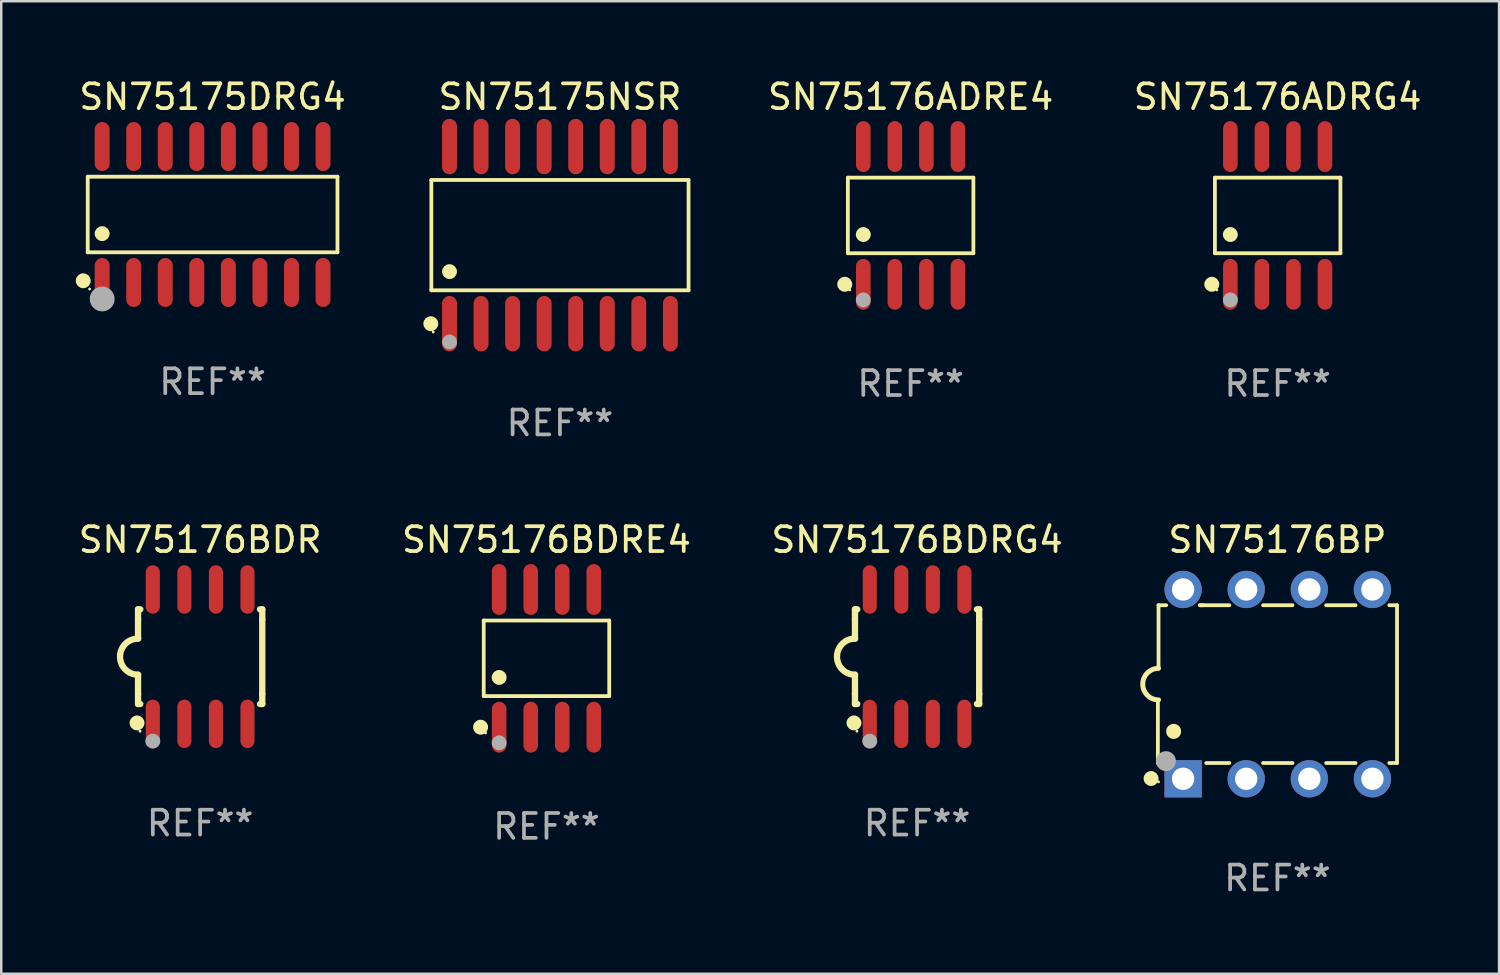
<source format=kicad_pcb>
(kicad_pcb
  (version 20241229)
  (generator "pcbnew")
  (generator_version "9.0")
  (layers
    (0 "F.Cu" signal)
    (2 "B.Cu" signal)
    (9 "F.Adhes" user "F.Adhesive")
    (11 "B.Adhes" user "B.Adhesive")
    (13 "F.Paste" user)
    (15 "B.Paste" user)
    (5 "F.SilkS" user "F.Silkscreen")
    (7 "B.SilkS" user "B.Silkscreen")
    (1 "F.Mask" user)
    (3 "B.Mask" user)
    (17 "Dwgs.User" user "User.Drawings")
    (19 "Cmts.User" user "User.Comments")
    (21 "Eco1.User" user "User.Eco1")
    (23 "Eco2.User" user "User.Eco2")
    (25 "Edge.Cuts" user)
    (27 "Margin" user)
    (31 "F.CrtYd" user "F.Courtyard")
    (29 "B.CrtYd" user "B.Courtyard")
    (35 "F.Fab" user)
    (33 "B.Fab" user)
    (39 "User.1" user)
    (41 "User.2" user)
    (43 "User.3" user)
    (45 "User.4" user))
  (footprint "SN75176BDRG4"
    (layer "F.Cu")
    (at 33.863 23.381)
    (property "Reference" "SN75176BDRG4" (at 0 -4.705 0) (layer "F.SilkS") (effects (font (size 1 1) (thickness 0.15))))
    (attr through_hole)
    (fp_line (start -2.5 -1.905) (end -2.409 -1.905) (stroke (width 0.254) (type solid)) (layer "F.SilkS"))
    (fp_line (start -2.5 -1.5) (end -2.5 -1.905) (stroke (width 0.254) (type solid)) (layer "F.SilkS"))
    (fp_line (start -2.5 -1.5) (end -2.5 -0.726) (stroke (width 0.254) (type solid)) (layer "F.SilkS"))
    (fp_line (start -2.5 1.5) (end -2.5 0.727) (stroke (width 0.254) (type solid)) (layer "F.SilkS"))
    (fp_line (start -2.5 1.5) (end -2.5 1.905) (stroke (width 0.254) (type solid)) (layer "F.SilkS"))
    (fp_line (start -2.5 1.905) (end -2.409 1.905) (stroke (width 0.254) (type solid)) (layer "F.SilkS"))
    (fp_line (start 2.5 -1.905) (end 2.409 -1.905) (stroke (width 0.254) (type solid)) (layer "F.SilkS"))
    (fp_line (start 2.5 -1.5) (end 2.5 -1.905) (stroke (width 0.254) (type solid)) (layer "F.SilkS"))
    (fp_line (start 2.5 -1.5) (end 2.5 1.5) (stroke (width 0.254) (type solid)) (layer "F.SilkS"))
    (fp_line (start 2.5 1.5) (end 2.5 1.905) (stroke (width 0.254) (type solid)) (layer "F.SilkS"))
    (fp_line (start 2.5 1.905) (end 2.409 1.905) (stroke (width 0.254) (type solid)) (layer "F.SilkS"))
    (fp_arc (start -2.5 0.726568) (mid -3.220316 -0.0023) (end -2.495097 -0.726289) (stroke (width 0.254001) (type solid)) (layer "F.SilkS"))
    (fp_circle (center -2.54 2.667) (end -2.39 2.667) (stroke (width 0.3) (type solid)) (fill no) (layer "F.SilkS"))
    (fp_circle (center -2.42 3) (end -2.39 3) (stroke (width 0.06) (type solid)) (fill no) (layer "F.SilkS"))
    (fp_circle (center -1.905 3.4) (end -1.755 3.4) (stroke (width 0.3) (type solid)) (fill no) (layer "F.Fab"))
    (fp_text user "REF**" (at 0 6.705 0) (layer "F.Fab") (effects (font (size 1 1) (thickness 0.15))))
    (pad "1" smd oval (at -1.905 2.705) (size 0.568 1.95) (layers "F.Cu" "F.Mask" "F.Paste"))
    (pad "2" smd oval (at -0.635 2.705) (size 0.568 1.95) (layers "F.Cu" "F.Mask" "F.Paste"))
    (pad "3" smd oval (at 0.635 2.705) (size 0.568 1.95) (layers "F.Cu" "F.Mask" "F.Paste"))
    (pad "4" smd oval (at 1.905 2.705) (size 0.568 1.95) (layers "F.Cu" "F.Mask" "F.Paste"))
    (pad "5" smd oval (at 1.905 -2.705) (size 0.568 1.95) (layers "F.Cu" "F.Mask" "F.Paste"))
    (pad "6" smd oval (at 0.635 -2.705) (size 0.568 1.95) (layers "F.Cu" "F.Mask" "F.Paste"))
    (pad "7" smd oval (at -0.635 -2.705) (size 0.568 1.95) (layers "F.Cu" "F.Mask" "F.Paste"))
    (pad "8" smd oval (at -1.905 -2.705) (size 0.568 1.95) (layers "F.Cu" "F.Mask" "F.Paste")))
  (footprint "SN75176ADRG4"
    (layer "F.Cu")
    (at 48.377 5.621)
    (property "Reference" "SN75176ADRG4" (at 0 -4.772 0) (layer "F.SilkS") (effects (font (size 1 1) (thickness 0.15))))
    (attr through_hole)
    (fp_line (start -2.526 -1.521) (end 2.526 -1.521) (stroke (width 0.152) (type solid)) (layer "F.SilkS"))
    (fp_line (start -2.526 1.521) (end -2.526 -1.521) (stroke (width 0.152) (type solid)) (layer "F.SilkS"))
    (fp_line (start 2.526 -1.521) (end 2.526 1.521) (stroke (width 0.152) (type solid)) (layer "F.SilkS"))
    (fp_line (start 2.526 1.521) (end -2.526 1.521) (stroke (width 0.152) (type solid)) (layer "F.SilkS"))
    (fp_circle (center -2.652 2.772) (end -2.501 2.772) (stroke (width 0.3) (type solid)) (fill no) (layer "F.SilkS"))
    (fp_circle (center -2.45 3) (end -2.42 3) (stroke (width 0.06) (type solid)) (fill no) (layer "F.SilkS"))
    (fp_circle (center -1.905 0.769) (end -1.755 0.769) (stroke (width 0.3) (type solid)) (fill no) (layer "F.SilkS"))
    (fp_circle (center -1.905 3.4) (end -1.755 3.4) (stroke (width 0.3) (type solid)) (fill no) (layer "F.Fab"))
    (fp_text user "REF**" (at 0 6.772 0) (layer "F.Fab") (effects (font (size 1 1) (thickness 0.15))))
    (pad "1" smd oval (at -1.905 2.772) (size 0.588 2.045) (layers "F.Cu" "F.Mask" "F.Paste"))
    (pad "2" smd oval (at -0.635 2.772) (size 0.588 2.045) (layers "F.Cu" "F.Mask" "F.Paste"))
    (pad "3" smd oval (at 0.635 2.772) (size 0.588 2.045) (layers "F.Cu" "F.Mask" "F.Paste"))
    (pad "4" smd oval (at 1.905 2.772) (size 0.588 2.045) (layers "F.Cu" "F.Mask" "F.Paste"))
    (pad "5" smd oval (at 1.905 -2.772) (size 0.588 2.045) (layers "F.Cu" "F.Mask" "F.Paste"))
    (pad "6" smd oval (at 0.635 -2.772) (size 0.588 2.045) (layers "F.Cu" "F.Mask" "F.Paste"))
    (pad "7" smd oval (at -0.635 -2.772) (size 0.588 2.045) (layers "F.Cu" "F.Mask" "F.Paste"))
    (pad "8" smd oval (at -1.905 -2.772) (size 0.588 2.045) (layers "F.Cu" "F.Mask" "F.Paste")))
  (footprint "SN75176BDR"
    (layer "F.Cu")
    (at 5.006 23.381)
    (property "Reference" "SN75176BDR" (at 0 -4.705 0) (layer "F.SilkS") (effects (font (size 1 1) (thickness 0.15))))
    (attr through_hole)
    (fp_line (start -2.5 -1.905) (end -2.409 -1.905) (stroke (width 0.254) (type solid)) (layer "F.SilkS"))
    (fp_line (start -2.5 -1.5) (end -2.5 -1.905) (stroke (width 0.254) (type solid)) (layer "F.SilkS"))
    (fp_line (start -2.5 -1.5) (end -2.5 -0.726) (stroke (width 0.254) (type solid)) (layer "F.SilkS"))
    (fp_line (start -2.5 1.5) (end -2.5 0.727) (stroke (width 0.254) (type solid)) (layer "F.SilkS"))
    (fp_line (start -2.5 1.5) (end -2.5 1.905) (stroke (width 0.254) (type solid)) (layer "F.SilkS"))
    (fp_line (start -2.5 1.905) (end -2.409 1.905) (stroke (width 0.254) (type solid)) (layer "F.SilkS"))
    (fp_line (start 2.5 -1.905) (end 2.409 -1.905) (stroke (width 0.254) (type solid)) (layer "F.SilkS"))
    (fp_line (start 2.5 -1.5) (end 2.5 -1.905) (stroke (width 0.254) (type solid)) (layer "F.SilkS"))
    (fp_line (start 2.5 -1.5) (end 2.5 1.5) (stroke (width 0.254) (type solid)) (layer "F.SilkS"))
    (fp_line (start 2.5 1.5) (end 2.5 1.905) (stroke (width 0.254) (type solid)) (layer "F.SilkS"))
    (fp_line (start 2.5 1.905) (end 2.409 1.905) (stroke (width 0.254) (type solid)) (layer "F.SilkS"))
    (fp_arc (start -2.5 0.726568) (mid -3.220316 -0.0023) (end -2.495097 -0.726289) (stroke (width 0.254001) (type solid)) (layer "F.SilkS"))
    (fp_circle (center -2.54 2.667) (end -2.39 2.667) (stroke (width 0.3) (type solid)) (fill no) (layer "F.SilkS"))
    (fp_circle (center -2.42 3) (end -2.39 3) (stroke (width 0.06) (type solid)) (fill no) (layer "F.SilkS"))
    (fp_circle (center -1.905 3.4) (end -1.755 3.4) (stroke (width 0.3) (type solid)) (fill no) (layer "F.Fab"))
    (fp_text user "REF**" (at 0 6.705 0) (layer "F.Fab") (effects (font (size 1 1) (thickness 0.15))))
    (pad "1" smd oval (at -1.905 2.705) (size 0.568 1.95) (layers "F.Cu" "F.Mask" "F.Paste"))
    (pad "2" smd oval (at -0.635 2.705) (size 0.568 1.95) (layers "F.Cu" "F.Mask" "F.Paste"))
    (pad "3" smd oval (at 0.635 2.705) (size 0.568 1.95) (layers "F.Cu" "F.Mask" "F.Paste"))
    (pad "4" smd oval (at 1.905 2.705) (size 0.568 1.95) (layers "F.Cu" "F.Mask" "F.Paste"))
    (pad "5" smd oval (at 1.905 -2.705) (size 0.568 1.95) (layers "F.Cu" "F.Mask" "F.Paste"))
    (pad "6" smd oval (at 0.635 -2.705) (size 0.568 1.95) (layers "F.Cu" "F.Mask" "F.Paste"))
    (pad "7" smd oval (at -0.635 -2.705) (size 0.568 1.95) (layers "F.Cu" "F.Mask" "F.Paste"))
    (pad "8" smd oval (at -1.905 -2.705) (size 0.568 1.95) (layers "F.Cu" "F.Mask" "F.Paste")))
  (footprint "SN75175DRG4"
    (layer "F.Cu")
    (at 5.507 5.584)
    (property "Reference" "SN75175DRG4" (at 0 -4.736 0) (layer "F.SilkS") (effects (font (size 1 1) (thickness 0.15))))
    (attr through_hole)
    (fp_line (start -5.026 -1.521) (end 5.026 -1.521) (stroke (width 0.152) (type solid)) (layer "F.SilkS"))
    (fp_line (start -5.026 1.521) (end -5.026 -1.521) (stroke (width 0.152) (type solid)) (layer "F.SilkS"))
    (fp_line (start 5.026 -1.521) (end 5.026 1.521) (stroke (width 0.152) (type solid)) (layer "F.SilkS"))
    (fp_line (start 5.026 1.521) (end -5.026 1.521) (stroke (width 0.152) (type solid)) (layer "F.SilkS"))
    (fp_circle (center -5.207 2.667) (end -5.057 2.667) (stroke (width 0.3) (type solid)) (fill no) (layer "F.SilkS"))
    (fp_circle (center -4.95 3) (end -4.92 3) (stroke (width 0.06) (type solid)) (fill no) (layer "F.SilkS"))
    (fp_circle (center -4.445 0.769) (end -4.295 0.769) (stroke (width 0.3) (type solid)) (fill no) (layer "F.SilkS"))
    (fp_circle (center -4.445 3.4) (end -4.195 3.4) (stroke (width 0.5) (type solid)) (fill no) (layer "F.Fab"))
    (fp_text user "REF**" (at 0 6.736 0) (layer "F.Fab") (effects (font (size 1 1) (thickness 0.15))))
    (pad "1" smd oval (at -4.445 2.736) (size 0.602 1.971) (layers "F.Cu" "F.Mask" "F.Paste"))
    (pad "2" smd oval (at -3.175 2.736) (size 0.602 1.971) (layers "F.Cu" "F.Mask" "F.Paste"))
    (pad "3" smd oval (at -1.905 2.736) (size 0.602 1.971) (layers "F.Cu" "F.Mask" "F.Paste"))
    (pad "4" smd oval (at -0.635 2.736) (size 0.602 1.971) (layers "F.Cu" "F.Mask" "F.Paste"))
    (pad "5" smd oval (at 0.635 2.736) (size 0.602 1.971) (layers "F.Cu" "F.Mask" "F.Paste"))
    (pad "6" smd oval (at 1.905 2.736) (size 0.602 1.971) (layers "F.Cu" "F.Mask" "F.Paste"))
    (pad "7" smd oval (at 3.175 2.736) (size 0.602 1.971) (layers "F.Cu" "F.Mask" "F.Paste"))
    (pad "8" smd oval (at 4.445 2.736) (size 0.602 1.971) (layers "F.Cu" "F.Mask" "F.Paste"))
    (pad "9" smd oval (at 4.445 -2.736) (size 0.602 1.971) (layers "F.Cu" "F.Mask" "F.Paste"))
    (pad "10" smd oval (at 3.175 -2.736) (size 0.602 1.971) (layers "F.Cu" "F.Mask" "F.Paste"))
    (pad "11" smd oval (at 1.905 -2.736) (size 0.602 1.971) (layers "F.Cu" "F.Mask" "F.Paste"))
    (pad "12" smd oval (at 0.635 -2.736) (size 0.602 1.971) (layers "F.Cu" "F.Mask" "F.Paste"))
    (pad "13" smd oval (at -0.635 -2.736) (size 0.602 1.971) (layers "F.Cu" "F.Mask" "F.Paste"))
    (pad "14" smd oval (at -1.905 -2.736) (size 0.602 1.971) (layers "F.Cu" "F.Mask" "F.Paste"))
    (pad "15" smd oval (at -3.175 -2.736) (size 0.602 1.971) (layers "F.Cu" "F.Mask" "F.Paste"))
    (pad "16" smd oval (at -4.445 -2.736) (size 0.602 1.971) (layers "F.Cu" "F.Mask" "F.Paste")))
  (footprint "SN75176BDRE4"
    (layer "F.Cu")
    (at 18.946 23.448)
    (property "Reference" "SN75176BDRE4" (at 0 -4.772 0) (layer "F.SilkS") (effects (font (size 1 1) (thickness 0.15))))
    (attr through_hole)
    (fp_line (start -2.526 -1.521) (end 2.526 -1.521) (stroke (width 0.152) (type solid)) (layer "F.SilkS"))
    (fp_line (start -2.526 1.521) (end -2.526 -1.521) (stroke (width 0.152) (type solid)) (layer "F.SilkS"))
    (fp_line (start 2.526 -1.521) (end 2.526 1.521) (stroke (width 0.152) (type solid)) (layer "F.SilkS"))
    (fp_line (start 2.526 1.521) (end -2.526 1.521) (stroke (width 0.152) (type solid)) (layer "F.SilkS"))
    (fp_circle (center -2.652 2.772) (end -2.501 2.772) (stroke (width 0.3) (type solid)) (fill no) (layer "F.SilkS"))
    (fp_circle (center -2.45 3) (end -2.42 3) (stroke (width 0.06) (type solid)) (fill no) (layer "F.SilkS"))
    (fp_circle (center -1.905 0.769) (end -1.755 0.769) (stroke (width 0.3) (type solid)) (fill no) (layer "F.SilkS"))
    (fp_circle (center -1.905 3.4) (end -1.755 3.4) (stroke (width 0.3) (type solid)) (fill no) (layer "F.Fab"))
    (fp_text user "REF**" (at 0 6.772 0) (layer "F.Fab") (effects (font (size 1 1) (thickness 0.15))))
    (pad "1" smd oval (at -1.905 2.772) (size 0.588 2.045) (layers "F.Cu" "F.Mask" "F.Paste"))
    (pad "2" smd oval (at -0.635 2.772) (size 0.588 2.045) (layers "F.Cu" "F.Mask" "F.Paste"))
    (pad "3" smd oval (at 0.635 2.772) (size 0.588 2.045) (layers "F.Cu" "F.Mask" "F.Paste"))
    (pad "4" smd oval (at 1.905 2.772) (size 0.588 2.045) (layers "F.Cu" "F.Mask" "F.Paste"))
    (pad "5" smd oval (at 1.905 -2.772) (size 0.588 2.045) (layers "F.Cu" "F.Mask" "F.Paste"))
    (pad "6" smd oval (at 0.635 -2.772) (size 0.588 2.045) (layers "F.Cu" "F.Mask" "F.Paste"))
    (pad "7" smd oval (at -0.635 -2.772) (size 0.588 2.045) (layers "F.Cu" "F.Mask" "F.Paste"))
    (pad "8" smd oval (at -1.905 -2.772) (size 0.588 2.045) (layers "F.Cu" "F.Mask" "F.Paste")))
  (footprint "SN75176BP"
    (layer "F.Cu")
    (at 48.368 24.486)
    (property "Reference" "SN75176BP" (at 0 -5.81 0) (layer "F.SilkS") (effects (font (size 1 1) (thickness 0.15))))
    (attr through_hole)
    (fp_line (start -4.813 0.661) (end -4.787 0.635) (stroke (width 0.152) (type solid)) (layer "F.SilkS"))
    (fp_line (start -4.813 3.175) (end -4.813 0.661) (stroke (width 0.152) (type solid)) (layer "F.SilkS"))
    (fp_line (start -4.787 -3.175) (end -4.476 -3.175) (stroke (width 0.152) (type solid)) (layer "F.SilkS"))
    (fp_line (start -4.787 -0.635) (end -4.787 -3.175) (stroke (width 0.152) (type solid)) (layer "F.SilkS"))
    (fp_line (start -4.727 3.175) (end -4.813 3.175) (stroke (width 0.152) (type solid)) (layer "F.SilkS"))
    (fp_line (start -3.119 -3.175) (end -2.989 -3.175) (stroke (width 0.152) (type solid)) (layer "F.SilkS"))
    (fp_line (start -3.119 -3.175) (end -1.936 -3.175) (stroke (width 0.152) (type solid)) (layer "F.SilkS"))
    (fp_line (start -1.936 3.175) (end -2.867 3.175) (stroke (width 0.152) (type solid)) (layer "F.SilkS"))
    (fp_line (start -0.579 -3.175) (end 0.604 -3.175) (stroke (width 0.152) (type solid)) (layer "F.SilkS"))
    (fp_line (start 0.604 3.175) (end -0.579 3.175) (stroke (width 0.152) (type solid)) (layer "F.SilkS"))
    (fp_line (start 1.961 -3.175) (end 3.144 -3.175) (stroke (width 0.152) (type solid)) (layer "F.SilkS"))
    (fp_line (start 3.144 3.175) (end 1.961 3.175) (stroke (width 0.152) (type solid)) (layer "F.SilkS"))
    (fp_line (start 4.501 -3.175) (end 4.813 -3.175) (stroke (width 0.152) (type solid)) (layer "F.SilkS"))
    (fp_line (start 4.813 -3.175) (end 4.813 3.175) (stroke (width 0.152) (type solid)) (layer "F.SilkS"))
    (fp_line (start 4.813 3.175) (end 4.501 3.175) (stroke (width 0.152) (type solid)) (layer "F.SilkS"))
    (fp_arc (start -4.787325 0.635001) (mid -5.422326 0) (end -4.787325 -0.635001) (stroke (width 0.2) (type solid)) (layer "F.SilkS"))
    (fp_arc (start -4.178308 1.905004) (mid -4.178319 1.902464) (end -4.178308 1.899924) (stroke (width 0.6) (type solid)) (layer "F.SilkS"))
    (fp_circle (center -5.087 3.8) (end -4.937 3.8) (stroke (width 0.3) (type solid)) (fill no) (layer "F.SilkS"))
    (fp_circle (center -4.787 3.935) (end -4.757 3.935) (stroke (width 0.06) (type solid)) (fill no) (layer "F.SilkS"))
    (fp_circle (center -4.487 3.1) (end -4.287 3.1) (stroke (width 0.4) (type solid)) (fill no) (layer "F.Fab"))
    (fp_text user "REF**" (at 0 7.81 0) (layer "F.Fab") (effects (font (size 1 1) (thickness 0.15))))
    (pad "1" thru_hole rect (at -3.797 3.81) (size 1.5 1.5) (drill 0.9) (layers "*.Cu" "*.Mask"))
    (pad "2" thru_hole circle (at -1.257 3.81) (size 1.5 1.5) (drill 0.9) (layers "*.Cu" "*.Mask"))
    (pad "3" thru_hole circle (at 1.283 3.81) (size 1.5 1.5) (drill 0.9) (layers "*.Cu" "*.Mask"))
    (pad "4" thru_hole circle (at 3.823 3.81) (size 1.5 1.5) (drill 0.9) (layers "*.Cu" "*.Mask"))
    (pad "5" thru_hole circle (at 3.823 -3.81) (size 1.5 1.5) (drill 0.9) (layers "*.Cu" "*.Mask"))
    (pad "6" thru_hole circle (at 1.283 -3.81) (size 1.5 1.5) (drill 0.9) (layers "*.Cu" "*.Mask"))
    (pad "7" thru_hole circle (at -1.257 -3.81) (size 1.5 1.5) (drill 0.9) (layers "*.Cu" "*.Mask"))
    (pad "8" thru_hole circle (at -3.797 -3.81) (size 1.5 1.5) (drill 0.9) (layers "*.Cu" "*.Mask")))
  (footprint "SN75175NSR"
    (layer "F.Cu")
    (at 19.488 6.414)
    (property "Reference" "SN75175NSR" (at 0 -5.565 0) (layer "F.SilkS") (effects (font (size 1 1) (thickness 0.15))))
    (attr through_hole)
    (fp_line (start -5.176 -2.221) (end 5.176 -2.221) (stroke (width 0.152) (type solid)) (layer "F.SilkS"))
    (fp_line (start -5.176 2.221) (end -5.176 -2.221) (stroke (width 0.152) (type solid)) (layer "F.SilkS"))
    (fp_line (start 5.176 -2.221) (end 5.176 2.221) (stroke (width 0.152) (type solid)) (layer "F.SilkS"))
    (fp_line (start 5.176 2.221) (end -5.176 2.221) (stroke (width 0.152) (type solid)) (layer "F.SilkS"))
    (fp_circle (center -5.198 3.565) (end -5.048 3.565) (stroke (width 0.3) (type solid)) (fill no) (layer "F.SilkS"))
    (fp_circle (center -5.1 3.9) (end -5.07 3.9) (stroke (width 0.06) (type solid)) (fill no) (layer "F.SilkS"))
    (fp_circle (center -4.445 1.469) (end -4.295 1.469) (stroke (width 0.3) (type solid)) (fill no) (layer "F.SilkS"))
    (fp_circle (center -4.445 4.3) (end -4.295 4.3) (stroke (width 0.3) (type solid)) (fill no) (layer "F.Fab"))
    (fp_text user "REF**" (at 0 7.565 0) (layer "F.Fab") (effects (font (size 1 1) (thickness 0.15))))
    (pad "1" smd oval (at -4.445 3.565) (size 0.602 2.231) (layers "F.Cu" "F.Mask" "F.Paste"))
    (pad "2" smd oval (at -3.175 3.565) (size 0.602 2.231) (layers "F.Cu" "F.Mask" "F.Paste"))
    (pad "3" smd oval (at -1.905 3.565) (size 0.602 2.231) (layers "F.Cu" "F.Mask" "F.Paste"))
    (pad "4" smd oval (at -0.635 3.565) (size 0.602 2.231) (layers "F.Cu" "F.Mask" "F.Paste"))
    (pad "5" smd oval (at 0.635 3.565) (size 0.602 2.231) (layers "F.Cu" "F.Mask" "F.Paste"))
    (pad "6" smd oval (at 1.905 3.565) (size 0.602 2.231) (layers "F.Cu" "F.Mask" "F.Paste"))
    (pad "7" smd oval (at 3.175 3.565) (size 0.602 2.231) (layers "F.Cu" "F.Mask" "F.Paste"))
    (pad "8" smd oval (at 4.445 3.565) (size 0.602 2.231) (layers "F.Cu" "F.Mask" "F.Paste"))
    (pad "9" smd oval (at 4.445 -3.565) (size 0.602 2.231) (layers "F.Cu" "F.Mask" "F.Paste"))
    (pad "10" smd oval (at 3.175 -3.565) (size 0.602 2.231) (layers "F.Cu" "F.Mask" "F.Paste"))
    (pad "11" smd oval (at 1.905 -3.565) (size 0.602 2.231) (layers "F.Cu" "F.Mask" "F.Paste"))
    (pad "12" smd oval (at 0.635 -3.565) (size 0.602 2.231) (layers "F.Cu" "F.Mask" "F.Paste"))
    (pad "13" smd oval (at -0.635 -3.565) (size 0.602 2.231) (layers "F.Cu" "F.Mask" "F.Paste"))
    (pad "14" smd oval (at -1.905 -3.565) (size 0.602 2.231) (layers "F.Cu" "F.Mask" "F.Paste"))
    (pad "15" smd oval (at -3.175 -3.565) (size 0.602 2.231) (layers "F.Cu" "F.Mask" "F.Paste"))
    (pad "16" smd oval (at -4.445 -3.565) (size 0.602 2.231) (layers "F.Cu" "F.Mask" "F.Paste")))
  (footprint "SN75176ADRE4"
    (layer "F.Cu")
    (at 33.603 5.621)
    (property "Reference" "SN75176ADRE4" (at 0 -4.772 0) (layer "F.SilkS") (effects (font (size 1 1) (thickness 0.15))))
    (attr through_hole)
    (fp_line (start -2.526 -1.521) (end 2.526 -1.521) (stroke (width 0.152) (type solid)) (layer "F.SilkS"))
    (fp_line (start -2.526 1.521) (end -2.526 -1.521) (stroke (width 0.152) (type solid)) (layer "F.SilkS"))
    (fp_line (start 2.526 -1.521) (end 2.526 1.521) (stroke (width 0.152) (type solid)) (layer "F.SilkS"))
    (fp_line (start 2.526 1.521) (end -2.526 1.521) (stroke (width 0.152) (type solid)) (layer "F.SilkS"))
    (fp_circle (center -2.652 2.772) (end -2.501 2.772) (stroke (width 0.3) (type solid)) (fill no) (layer "F.SilkS"))
    (fp_circle (center -2.45 3) (end -2.42 3) (stroke (width 0.06) (type solid)) (fill no) (layer "F.SilkS"))
    (fp_circle (center -1.905 0.769) (end -1.755 0.769) (stroke (width 0.3) (type solid)) (fill no) (layer "F.SilkS"))
    (fp_circle (center -1.905 3.4) (end -1.755 3.4) (stroke (width 0.3) (type solid)) (fill no) (layer "F.Fab"))
    (fp_text user "REF**" (at 0 6.772 0) (layer "F.Fab") (effects (font (size 1 1) (thickness 0.15))))
    (pad "1" smd oval (at -1.905 2.772) (size 0.588 2.045) (layers "F.Cu" "F.Mask" "F.Paste"))
    (pad "2" smd oval (at -0.635 2.772) (size 0.588 2.045) (layers "F.Cu" "F.Mask" "F.Paste"))
    (pad "3" smd oval (at 0.635 2.772) (size 0.588 2.045) (layers "F.Cu" "F.Mask" "F.Paste"))
    (pad "4" smd oval (at 1.905 2.772) (size 0.588 2.045) (layers "F.Cu" "F.Mask" "F.Paste"))
    (pad "5" smd oval (at 1.905 -2.772) (size 0.588 2.045) (layers "F.Cu" "F.Mask" "F.Paste"))
    (pad "6" smd oval (at 0.635 -2.772) (size 0.588 2.045) (layers "F.Cu" "F.Mask" "F.Paste"))
    (pad "7" smd oval (at -0.635 -2.772) (size 0.588 2.045) (layers "F.Cu" "F.Mask" "F.Paste"))
    (pad "8" smd oval (at -1.905 -2.772) (size 0.588 2.045) (layers "F.Cu" "F.Mask" "F.Paste")))
  (gr_rect
    (start -3 -3)
    (end 57.288 36.144)
    (stroke (width 0.1) (type default))
    (fill no)
    (layer "Edge.Cuts")))
</source>
